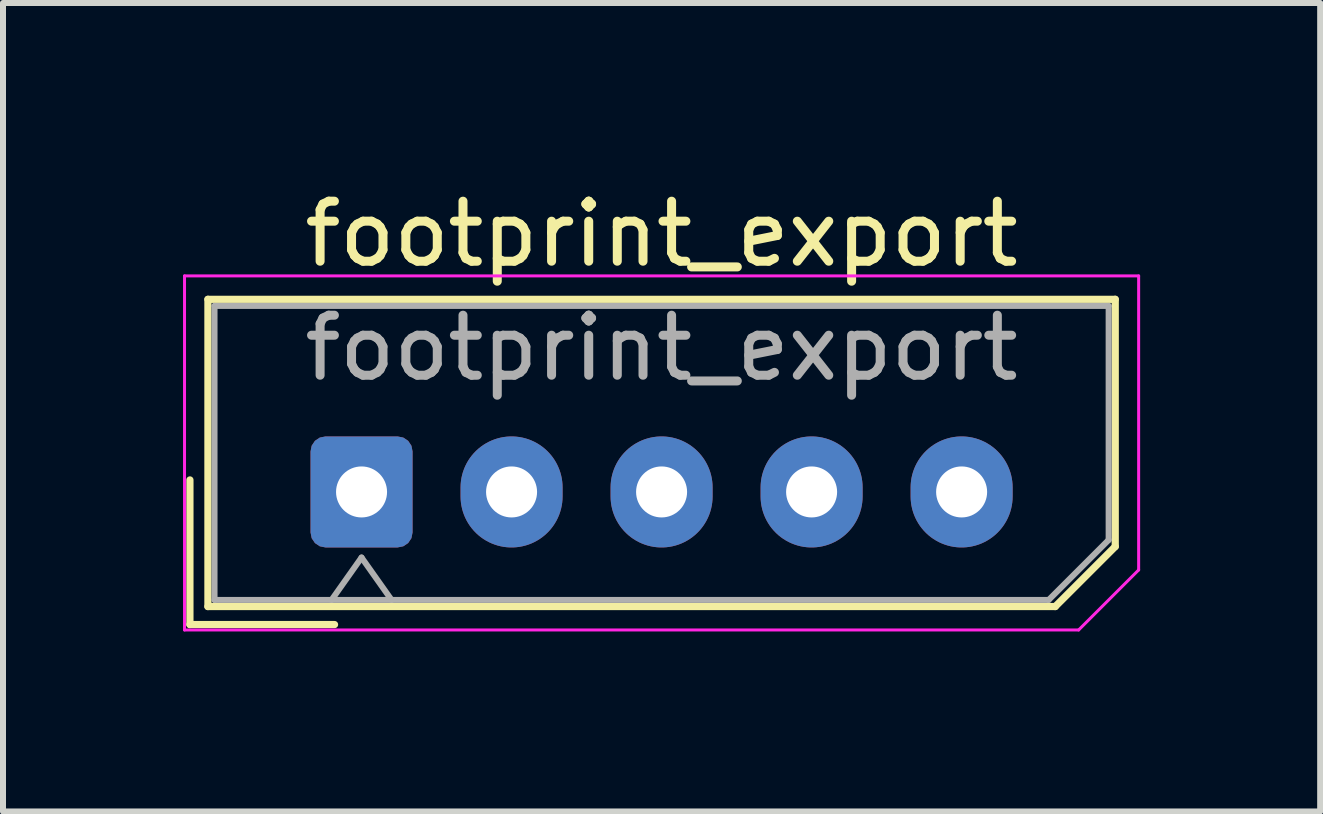
<source format=kicad_pcb>
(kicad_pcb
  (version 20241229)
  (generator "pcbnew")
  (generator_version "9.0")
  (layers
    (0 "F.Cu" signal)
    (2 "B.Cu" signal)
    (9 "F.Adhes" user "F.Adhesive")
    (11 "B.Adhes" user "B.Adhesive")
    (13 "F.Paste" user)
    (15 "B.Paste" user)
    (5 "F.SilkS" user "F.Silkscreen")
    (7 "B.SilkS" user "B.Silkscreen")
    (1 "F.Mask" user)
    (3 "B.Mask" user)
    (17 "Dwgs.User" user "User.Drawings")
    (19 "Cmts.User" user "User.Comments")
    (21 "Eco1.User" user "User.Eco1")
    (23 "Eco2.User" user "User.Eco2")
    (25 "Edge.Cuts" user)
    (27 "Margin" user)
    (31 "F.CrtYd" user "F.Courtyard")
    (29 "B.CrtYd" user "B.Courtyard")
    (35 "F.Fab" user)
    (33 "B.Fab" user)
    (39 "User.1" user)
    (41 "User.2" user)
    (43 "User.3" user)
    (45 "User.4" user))
  (footprint "footprint_export"
    (layer "F.Cu")
    (at 2.975 5.148)
    (property "Reference" "footprint_export" (at 5 -4.3 0) (layer "F.SilkS") (effects (font (size 1 1) (thickness 0.15))))
    (attr through_hole)
    (fp_line (start -2.86 -0.2) (end -2.86 2.21) (stroke (width 0.12) (type solid)) (layer "F.SilkS"))
    (fp_line (start -2.86 2.21) (end -0.45 2.21) (stroke (width 0.12) (type solid)) (layer "F.SilkS"))
    (fp_line (start -2.56 -3.21) (end -2.56 1.91) (stroke (width 0.12) (type solid)) (layer "F.SilkS"))
    (fp_line (start -2.56 1.91) (end 11.56 1.91) (stroke (width 0.12) (type solid)) (layer "F.SilkS"))
    (fp_line (start 11.56 1.91) (end 12.56 0.91) (stroke (width 0.12) (type solid)) (layer "F.SilkS"))
    (fp_line (start 12.56 -3.21) (end -2.56 -3.21) (stroke (width 0.12) (type solid)) (layer "F.SilkS"))
    (fp_line (start 12.56 0.91) (end 12.56 -3.21) (stroke (width 0.12) (type solid)) (layer "F.SilkS"))
    (fp_line (start -2.95 -3.6) (end -2.95 2.3) (stroke (width 0.05) (type solid)) (layer "F.CrtYd"))
    (fp_line (start -2.95 2.3) (end 11.95 2.3) (stroke (width 0.05) (type solid)) (layer "F.CrtYd"))
    (fp_line (start 11.95 2.3) (end 12.95 1.3) (stroke (width 0.05) (type solid)) (layer "F.CrtYd"))
    (fp_line (start 12.95 -3.6) (end -2.95 -3.6) (stroke (width 0.05) (type solid)) (layer "F.CrtYd"))
    (fp_line (start 12.95 1.3) (end 12.95 -3.6) (stroke (width 0.05) (type solid)) (layer "F.CrtYd"))
    (fp_line (start -2.45 -3.1) (end -2.45 1.8) (stroke (width 0.1) (type solid)) (layer "F.Fab"))
    (fp_line (start -2.45 1.8) (end 11.45 1.8) (stroke (width 0.1) (type solid)) (layer "F.Fab"))
    (fp_line (start -0.5 1.8) (end 0 1.093) (stroke (width 0.1) (type solid)) (layer "F.Fab"))
    (fp_line (start 0 1.093) (end 0.5 1.8) (stroke (width 0.1) (type solid)) (layer "F.Fab"))
    (fp_line (start 11.45 1.8) (end 12.45 0.8) (stroke (width 0.1) (type solid)) (layer "F.Fab"))
    (fp_line (start 12.45 -3.1) (end -2.45 -3.1) (stroke (width 0.1) (type solid)) (layer "F.Fab"))
    (fp_line (start 12.45 0.8) (end 12.45 -3.1) (stroke (width 0.1) (type solid)) (layer "F.Fab"))
    (fp_text user "${REFERENCE}" (at 5 -2.4 0) (layer "F.Fab") (effects (font (size 1 1) (thickness 0.15))))
    (pad "1" thru_hole roundrect (at 0 0) (size 1.7 1.85) (drill 0.85) (layers "*.Cu" "*.Mask") (roundrect_rratio 0.147))
    (pad "2" thru_hole oval (at 2.5 0) (size 1.7 1.85) (drill 0.85) (layers "*.Cu" "*.Mask"))
    (pad "3" thru_hole oval (at 5 0) (size 1.7 1.85) (drill 0.85) (layers "*.Cu" "*.Mask"))
    (pad "4" thru_hole oval (at 7.5 0) (size 1.7 1.85) (drill 0.85) (layers "*.Cu" "*.Mask"))
    (pad "5" thru_hole oval (at 10 0) (size 1.7 1.85) (drill 0.85) (layers "*.Cu" "*.Mask")))
  (gr_rect
    (start -3 -3)
    (end 18.95 10.473)
    (stroke (width 0.1) (type default))
    (fill no)
    (layer "Edge.Cuts")))
</source>
